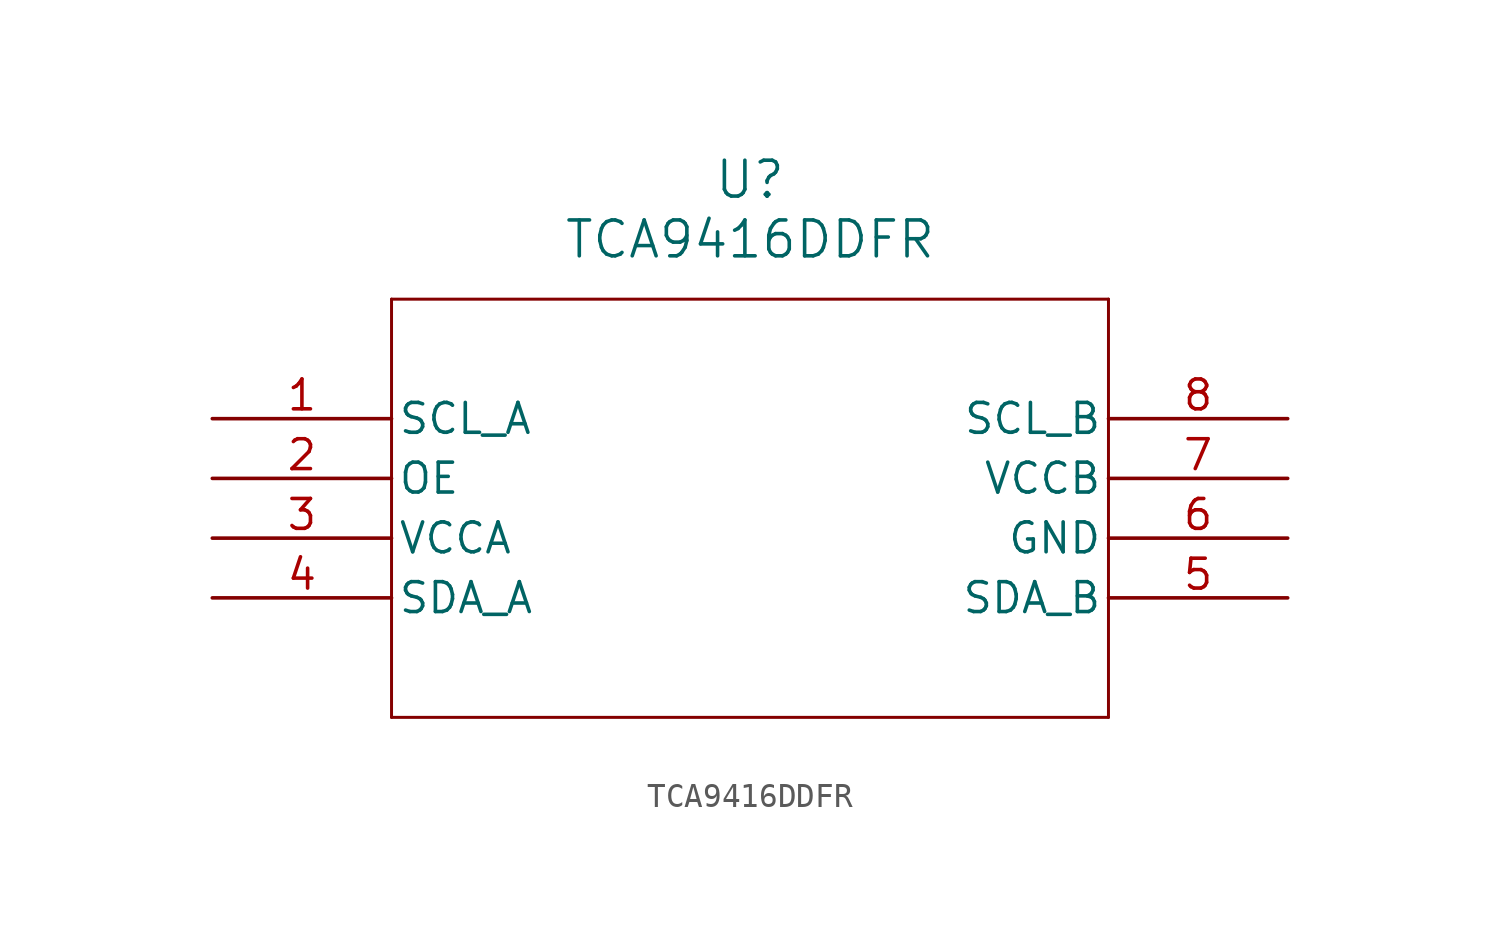
<source format=kicad_sym>
(kicad_symbol_lib
  (version 20211014)
  (generator kicad_symbol_editor)
  (symbol "TCA9416DDFR"
    (pin_names
      (offset 0.254))
    (property "Reference" "U"
      (at 22.86 10.16 0)
      (effects (font (size 1.524 1.524))))
    (property "Value" "TCA9416DDFR"
      (at 22.86 7.62 0)
      (effects (font (size 1.524 1.524))))
    (symbol "TCA9416DDFR_0_1"
      (polyline (pts (xy 7.62 5.08) (xy 7.62 -12.7)) (stroke (width 0.127) (type default) (color 0 0 0 0)) (fill (type none)))
      (polyline (pts (xy 7.62 -12.7) (xy 38.1 -12.7)) (stroke (width 0.127) (type default) (color 0 0 0 0)) (fill (type none)))
      (polyline (pts (xy 38.1 -12.7) (xy 38.1 5.08)) (stroke (width 0.127) (type default) (color 0 0 0 0)) (fill (type none)))
      (polyline (pts (xy 38.1 5.08) (xy 7.62 5.08)) (stroke (width 0.127) (type default) (color 0 0 0 0)) (fill (type none)))
      (pin bidirectional line (at 0 0 0) (length 7.62) (name "SCL_A" (effects (font (size 1.27 1.27)))) (number "1" (effects (font (size 1.27 1.27)))))
      (pin input line (at 0 -2.54 0) (length 7.62) (name "OE" (effects (font (size 1.27 1.27)))) (number "2" (effects (font (size 1.27 1.27)))))
      (pin power_in line (at 0 -5.08 0) (length 7.62) (name "VCCA" (effects (font (size 1.27 1.27)))) (number "3" (effects (font (size 1.27 1.27)))))
      (pin bidirectional line (at 0 -7.62 0) (length 7.62) (name "SDA_A" (effects (font (size 1.27 1.27)))) (number "4" (effects (font (size 1.27 1.27)))))
      (pin bidirectional line (at 45.72 -7.62 180) (length 7.62) (name "SDA_B" (effects (font (size 1.27 1.27)))) (number "5" (effects (font (size 1.27 1.27)))))
      (pin power_in line (at 45.72 -5.08 180) (length 7.62) (name "GND" (effects (font (size 1.27 1.27)))) (number "6" (effects (font (size 1.27 1.27)))))
      (pin power_in line (at 45.72 -2.54 180) (length 7.62) (name "VCCB" (effects (font (size 1.27 1.27)))) (number "7" (effects (font (size 1.27 1.27)))))
      (pin bidirectional line (at 45.72 0 180) (length 7.62) (name "SCL_B" (effects (font (size 1.27 1.27)))) (number "8" (effects (font (size 1.27 1.27))))))))
</source>
